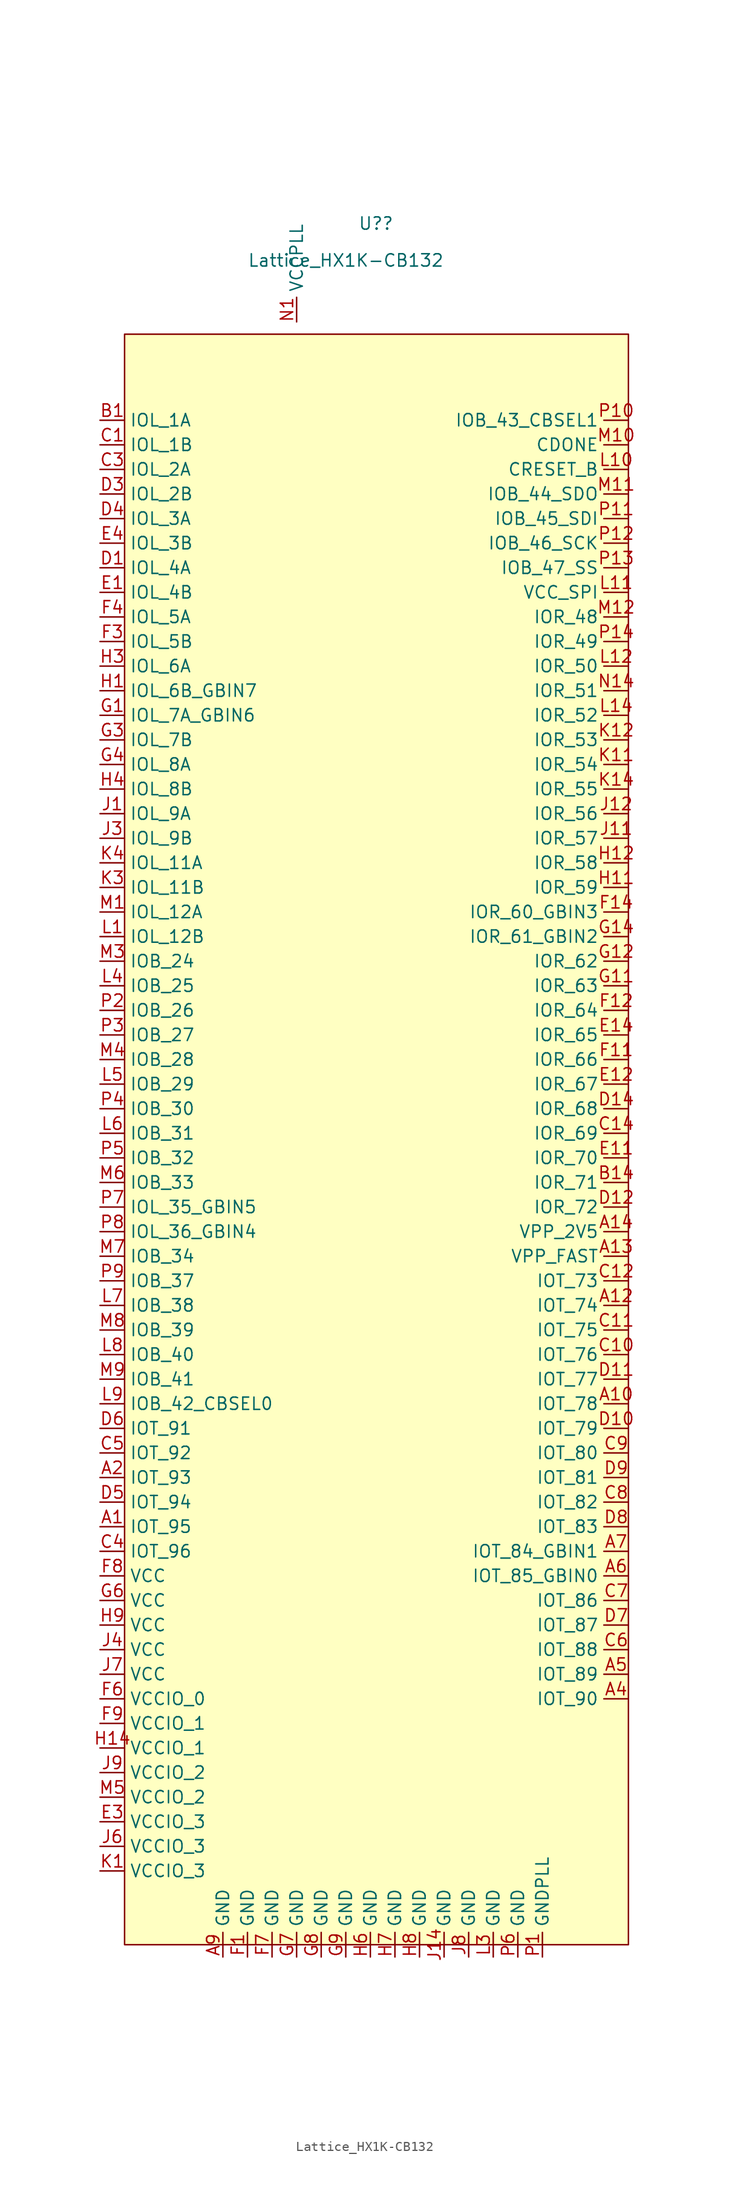
<source format=kicad_sym>
(kicad_symbol_lib
  (version 20211014)
  (generator kicad_symbol_editor)
  (symbol "Lattice_HX1K-CB132"
    (property "Reference" "U?"
      (at -1.27 88.9 0)
      (effects (font (size 1.27 1.27)) (justify left)))
    (property "Value" "Lattice_HX1K-CB132"
      (at -12.7 85.09 0)
      (effects (font (size 1.27 1.27)) (justify left)))
    (property "Footprint" ""
      (at 26.67 49.53 0)
      (effects (font (size 1.27 1.27))))
    (symbol "Lattice_HX1K-CB132_0_1"
      (rectangle (start -25.4 77.47) (end 26.67 -88.9) (stroke (width 0) (type default) (color 0 0 0 0)) (fill (type background))))
    (symbol "Lattice_HX1K-CB132_1_1"
      (pin bidirectional line (at -27.94 -45.72 0) (length 2.54) (name "IOT_95" (effects (font (size 1.27 1.27)))) (number "A1" (effects (font (size 1.27 1.27)))))
      (pin bidirectional line (at 26.67 -33.02 180) (length 2.54) (name "IOT_78" (effects (font (size 1.27 1.27)))) (number "A10" (effects (font (size 1.27 1.27)))))
      (pin bidirectional line (at 26.67 -22.86 180) (length 2.54) (name "IOT_74" (effects (font (size 1.27 1.27)))) (number "A12" (effects (font (size 1.27 1.27)))))
      (pin input line (at 26.67 -17.78 180) (length 2.54) (name "VPP_FAST" (effects (font (size 1.27 1.27)))) (number "A13" (effects (font (size 1.27 1.27)))))
      (pin input line (at 26.67 -15.24 180) (length 2.54) (name "VPP_2V5" (effects (font (size 1.27 1.27)))) (number "A14" (effects (font (size 1.27 1.27)))))
      (pin bidirectional line (at -27.94 -40.64 0) (length 2.54) (name "IOT_93" (effects (font (size 1.27 1.27)))) (number "A2" (effects (font (size 1.27 1.27)))))
      (pin bidirectional line (at 26.67 -63.5 180) (length 2.54) (name "IOT_90" (effects (font (size 1.27 1.27)))) (number "A4" (effects (font (size 1.27 1.27)))))
      (pin bidirectional line (at 26.67 -60.96 180) (length 2.54) (name "IOT_89" (effects (font (size 1.27 1.27)))) (number "A5" (effects (font (size 1.27 1.27)))))
      (pin input line (at 26.67 -50.8 180) (length 2.54) (name "IOT_85_GBIN0" (effects (font (size 1.27 1.27)))) (number "A6" (effects (font (size 1.27 1.27)))))
      (pin input line (at 26.67 -48.26 180) (length 2.54) (name "IOT_84_GBIN1" (effects (font (size 1.27 1.27)))) (number "A7" (effects (font (size 1.27 1.27)))))
      (pin power_in line (at -15.24 -90.17 90) (length 2.54) (name "GND" (effects (font (size 1.27 1.27)))) (number "A9" (effects (font (size 1.27 1.27)))))
      (pin bidirectional line (at -27.94 68.58 0) (length 2.54) (name "IOL_1A" (effects (font (size 1.27 1.27)))) (number "B1" (effects (font (size 1.27 1.27)))))
      (pin bidirectional line (at 26.67 -10.16 180) (length 2.54) (name "IOR_71" (effects (font (size 1.27 1.27)))) (number "B14" (effects (font (size 1.27 1.27)))))
      (pin bidirectional line (at -27.94 66.04 0) (length 2.54) (name "IOL_1B" (effects (font (size 1.27 1.27)))) (number "C1" (effects (font (size 1.27 1.27)))))
      (pin bidirectional line (at 26.67 -27.94 180) (length 2.54) (name "IOT_76" (effects (font (size 1.27 1.27)))) (number "C10" (effects (font (size 1.27 1.27)))))
      (pin bidirectional line (at 26.67 -25.4 180) (length 2.54) (name "IOT_75" (effects (font (size 1.27 1.27)))) (number "C11" (effects (font (size 1.27 1.27)))))
      (pin bidirectional line (at 26.67 -20.32 180) (length 2.54) (name "IOT_73" (effects (font (size 1.27 1.27)))) (number "C12" (effects (font (size 1.27 1.27)))))
      (pin bidirectional line (at 26.67 -5.08 180) (length 2.54) (name "IOR_69" (effects (font (size 1.27 1.27)))) (number "C14" (effects (font (size 1.27 1.27)))))
      (pin bidirectional line (at -27.94 63.5 0) (length 2.54) (name "IOL_2A" (effects (font (size 1.27 1.27)))) (number "C3" (effects (font (size 1.27 1.27)))))
      (pin bidirectional line (at -27.94 -48.26 0) (length 2.54) (name "IOT_96" (effects (font (size 1.27 1.27)))) (number "C4" (effects (font (size 1.27 1.27)))))
      (pin bidirectional line (at -27.94 -38.1 0) (length 2.54) (name "IOT_92" (effects (font (size 1.27 1.27)))) (number "C5" (effects (font (size 1.27 1.27)))))
      (pin bidirectional line (at 26.67 -58.42 180) (length 2.54) (name "IOT_88" (effects (font (size 1.27 1.27)))) (number "C6" (effects (font (size 1.27 1.27)))))
      (pin bidirectional line (at 26.67 -53.34 180) (length 2.54) (name "IOT_86" (effects (font (size 1.27 1.27)))) (number "C7" (effects (font (size 1.27 1.27)))))
      (pin bidirectional line (at 26.67 -43.18 180) (length 2.54) (name "IOT_82" (effects (font (size 1.27 1.27)))) (number "C8" (effects (font (size 1.27 1.27)))))
      (pin bidirectional line (at 26.67 -38.1 180) (length 2.54) (name "IOT_80" (effects (font (size 1.27 1.27)))) (number "C9" (effects (font (size 1.27 1.27)))))
      (pin bidirectional line (at -27.94 53.34 0) (length 2.54) (name "IOL_4A" (effects (font (size 1.27 1.27)))) (number "D1" (effects (font (size 1.27 1.27)))))
      (pin bidirectional line (at 26.67 -35.56 180) (length 2.54) (name "IOT_79" (effects (font (size 1.27 1.27)))) (number "D10" (effects (font (size 1.27 1.27)))))
      (pin bidirectional line (at 26.67 -30.48 180) (length 2.54) (name "IOT_77" (effects (font (size 1.27 1.27)))) (number "D11" (effects (font (size 1.27 1.27)))))
      (pin bidirectional line (at 26.67 -12.7 180) (length 2.54) (name "IOR_72" (effects (font (size 1.27 1.27)))) (number "D12" (effects (font (size 1.27 1.27)))))
      (pin bidirectional line (at 26.67 -2.54 180) (length 2.54) (name "IOR_68" (effects (font (size 1.27 1.27)))) (number "D14" (effects (font (size 1.27 1.27)))))
      (pin bidirectional line (at -27.94 60.96 0) (length 2.54) (name "IOL_2B" (effects (font (size 1.27 1.27)))) (number "D3" (effects (font (size 1.27 1.27)))))
      (pin bidirectional line (at -27.94 58.42 0) (length 2.54) (name "IOL_3A" (effects (font (size 1.27 1.27)))) (number "D4" (effects (font (size 1.27 1.27)))))
      (pin bidirectional line (at -27.94 -43.18 0) (length 2.54) (name "IOT_94" (effects (font (size 1.27 1.27)))) (number "D5" (effects (font (size 1.27 1.27)))))
      (pin bidirectional line (at -27.94 -35.56 0) (length 2.54) (name "IOT_91" (effects (font (size 1.27 1.27)))) (number "D6" (effects (font (size 1.27 1.27)))))
      (pin bidirectional line (at 26.67 -55.88 180) (length 2.54) (name "IOT_87" (effects (font (size 1.27 1.27)))) (number "D7" (effects (font (size 1.27 1.27)))))
      (pin bidirectional line (at 26.67 -45.72 180) (length 2.54) (name "IOT_83" (effects (font (size 1.27 1.27)))) (number "D8" (effects (font (size 1.27 1.27)))))
      (pin bidirectional line (at 26.67 -40.64 180) (length 2.54) (name "IOT_81" (effects (font (size 1.27 1.27)))) (number "D9" (effects (font (size 1.27 1.27)))))
      (pin bidirectional line (at -27.94 50.8 0) (length 2.54) (name "IOL_4B" (effects (font (size 1.27 1.27)))) (number "E1" (effects (font (size 1.27 1.27)))))
      (pin bidirectional line (at 26.67 -7.62 180) (length 2.54) (name "IOR_70" (effects (font (size 1.27 1.27)))) (number "E11" (effects (font (size 1.27 1.27)))))
      (pin bidirectional line (at 26.67 0 180) (length 2.54) (name "IOR_67" (effects (font (size 1.27 1.27)))) (number "E12" (effects (font (size 1.27 1.27)))))
      (pin bidirectional line (at 26.67 5.08 180) (length 2.54) (name "IOR_65" (effects (font (size 1.27 1.27)))) (number "E14" (effects (font (size 1.27 1.27)))))
      (pin power_in line (at -27.94 -76.2 0) (length 2.54) (name "VCCIO_3" (effects (font (size 1.27 1.27)))) (number "E3" (effects (font (size 1.27 1.27)))))
      (pin bidirectional line (at -27.94 55.88 0) (length 2.54) (name "IOL_3B" (effects (font (size 1.27 1.27)))) (number "E4" (effects (font (size 1.27 1.27)))))
      (pin power_in line (at -12.7 -90.17 90) (length 2.54) (name "GND" (effects (font (size 1.27 1.27)))) (number "F1" (effects (font (size 1.27 1.27)))))
      (pin bidirectional line (at 26.67 2.54 180) (length 2.54) (name "IOR_66" (effects (font (size 1.27 1.27)))) (number "F11" (effects (font (size 1.27 1.27)))))
      (pin bidirectional line (at 26.67 7.62 180) (length 2.54) (name "IOR_64" (effects (font (size 1.27 1.27)))) (number "F12" (effects (font (size 1.27 1.27)))))
      (pin input line (at 26.67 17.78 180) (length 2.54) (name "IOR_60_GBIN3" (effects (font (size 1.27 1.27)))) (number "F14" (effects (font (size 1.27 1.27)))))
      (pin bidirectional line (at -27.94 45.72 0) (length 2.54) (name "IOL_5B" (effects (font (size 1.27 1.27)))) (number "F3" (effects (font (size 1.27 1.27)))))
      (pin bidirectional line (at -27.94 48.26 0) (length 2.54) (name "IOL_5A" (effects (font (size 1.27 1.27)))) (number "F4" (effects (font (size 1.27 1.27)))))
      (pin power_in line (at -27.94 -63.5 0) (length 2.54) (name "VCCIO_0" (effects (font (size 1.27 1.27)))) (number "F6" (effects (font (size 1.27 1.27)))))
      (pin power_in line (at -10.16 -90.17 90) (length 2.54) (name "GND" (effects (font (size 1.27 1.27)))) (number "F7" (effects (font (size 1.27 1.27)))))
      (pin power_in line (at -27.94 -50.8 0) (length 2.54) (name "VCC" (effects (font (size 1.27 1.27)))) (number "F8" (effects (font (size 1.27 1.27)))))
      (pin power_in line (at -27.94 -66.04 0) (length 2.54) (name "VCCIO_1" (effects (font (size 1.27 1.27)))) (number "F9" (effects (font (size 1.27 1.27)))))
      (pin input line (at -27.94 38.1 0) (length 2.54) (name "IOL_7A_GBIN6" (effects (font (size 1.27 1.27)))) (number "G1" (effects (font (size 1.27 1.27)))))
      (pin bidirectional line (at 26.67 10.16 180) (length 2.54) (name "IOR_63" (effects (font (size 1.27 1.27)))) (number "G11" (effects (font (size 1.27 1.27)))))
      (pin bidirectional line (at 26.67 12.7 180) (length 2.54) (name "IOR_62" (effects (font (size 1.27 1.27)))) (number "G12" (effects (font (size 1.27 1.27)))))
      (pin input line (at 26.67 15.24 180) (length 2.54) (name "IOR_61_GBIN2" (effects (font (size 1.27 1.27)))) (number "G14" (effects (font (size 1.27 1.27)))))
      (pin bidirectional line (at -27.94 35.56 0) (length 2.54) (name "IOL_7B" (effects (font (size 1.27 1.27)))) (number "G3" (effects (font (size 1.27 1.27)))))
      (pin bidirectional line (at -27.94 33.02 0) (length 2.54) (name "IOL_8A" (effects (font (size 1.27 1.27)))) (number "G4" (effects (font (size 1.27 1.27)))))
      (pin power_in line (at -27.94 -53.34 0) (length 2.54) (name "VCC" (effects (font (size 1.27 1.27)))) (number "G6" (effects (font (size 1.27 1.27)))))
      (pin power_in line (at -7.62 -90.17 90) (length 2.54) (name "GND" (effects (font (size 1.27 1.27)))) (number "G7" (effects (font (size 1.27 1.27)))))
      (pin power_in line (at -5.08 -90.17 90) (length 2.54) (name "GND" (effects (font (size 1.27 1.27)))) (number "G8" (effects (font (size 1.27 1.27)))))
      (pin power_in line (at -2.54 -90.17 90) (length 2.54) (name "GND" (effects (font (size 1.27 1.27)))) (number "G9" (effects (font (size 1.27 1.27)))))
      (pin input line (at -27.94 40.64 0) (length 2.54) (name "IOL_6B_GBIN7" (effects (font (size 1.27 1.27)))) (number "H1" (effects (font (size 1.27 1.27)))))
      (pin bidirectional line (at 26.67 20.32 180) (length 2.54) (name "IOR_59" (effects (font (size 1.27 1.27)))) (number "H11" (effects (font (size 1.27 1.27)))))
      (pin bidirectional line (at 26.67 22.86 180) (length 2.54) (name "IOR_58" (effects (font (size 1.27 1.27)))) (number "H12" (effects (font (size 1.27 1.27)))))
      (pin power_in line (at -27.94 -68.58 0) (length 2.54) (name "VCCIO_1" (effects (font (size 1.27 1.27)))) (number "H14" (effects (font (size 1.27 1.27)))))
      (pin bidirectional line (at -27.94 43.18 0) (length 2.54) (name "IOL_6A" (effects (font (size 1.27 1.27)))) (number "H3" (effects (font (size 1.27 1.27)))))
      (pin bidirectional line (at -27.94 30.48 0) (length 2.54) (name "IOL_8B" (effects (font (size 1.27 1.27)))) (number "H4" (effects (font (size 1.27 1.27)))))
      (pin power_in line (at 0 -90.17 90) (length 2.54) (name "GND" (effects (font (size 1.27 1.27)))) (number "H6" (effects (font (size 1.27 1.27)))))
      (pin power_in line (at 2.54 -90.17 90) (length 2.54) (name "GND" (effects (font (size 1.27 1.27)))) (number "H7" (effects (font (size 1.27 1.27)))))
      (pin power_in line (at 5.08 -90.17 90) (length 2.54) (name "GND" (effects (font (size 1.27 1.27)))) (number "H8" (effects (font (size 1.27 1.27)))))
      (pin power_in line (at -27.94 -55.88 0) (length 2.54) (name "VCC" (effects (font (size 1.27 1.27)))) (number "H9" (effects (font (size 1.27 1.27)))))
      (pin bidirectional line (at -27.94 27.94 0) (length 2.54) (name "IOL_9A" (effects (font (size 1.27 1.27)))) (number "J1" (effects (font (size 1.27 1.27)))))
      (pin bidirectional line (at 26.67 25.4 180) (length 2.54) (name "IOR_57" (effects (font (size 1.27 1.27)))) (number "J11" (effects (font (size 1.27 1.27)))))
      (pin bidirectional line (at 26.67 27.94 180) (length 2.54) (name "IOR_56" (effects (font (size 1.27 1.27)))) (number "J12" (effects (font (size 1.27 1.27)))))
      (pin power_in line (at 7.62 -90.17 90) (length 2.54) (name "GND" (effects (font (size 1.27 1.27)))) (number "J14" (effects (font (size 1.27 1.27)))))
      (pin bidirectional line (at -27.94 25.4 0) (length 2.54) (name "IOL_9B" (effects (font (size 1.27 1.27)))) (number "J3" (effects (font (size 1.27 1.27)))))
      (pin power_in line (at -27.94 -58.42 0) (length 2.54) (name "VCC" (effects (font (size 1.27 1.27)))) (number "J4" (effects (font (size 1.27 1.27)))))
      (pin power_in line (at -27.94 -78.74 0) (length 2.54) (name "VCCIO_3" (effects (font (size 1.27 1.27)))) (number "J6" (effects (font (size 1.27 1.27)))))
      (pin power_in line (at -27.94 -60.96 0) (length 2.54) (name "VCC" (effects (font (size 1.27 1.27)))) (number "J7" (effects (font (size 1.27 1.27)))))
      (pin power_in line (at 10.16 -90.17 90) (length 2.54) (name "GND" (effects (font (size 1.27 1.27)))) (number "J8" (effects (font (size 1.27 1.27)))))
      (pin power_in line (at -27.94 -71.12 0) (length 2.54) (name "VCCIO_2" (effects (font (size 1.27 1.27)))) (number "J9" (effects (font (size 1.27 1.27)))))
      (pin power_in line (at -27.94 -81.28 0) (length 2.54) (name "VCCIO_3" (effects (font (size 1.27 1.27)))) (number "K1" (effects (font (size 1.27 1.27)))))
      (pin bidirectional line (at 26.67 33.02 180) (length 2.54) (name "IOR_54" (effects (font (size 1.27 1.27)))) (number "K11" (effects (font (size 1.27 1.27)))))
      (pin bidirectional line (at 26.67 35.56 180) (length 2.54) (name "IOR_53" (effects (font (size 1.27 1.27)))) (number "K12" (effects (font (size 1.27 1.27)))))
      (pin bidirectional line (at 26.67 30.48 180) (length 2.54) (name "IOR_55" (effects (font (size 1.27 1.27)))) (number "K14" (effects (font (size 1.27 1.27)))))
      (pin bidirectional line (at -27.94 20.32 0) (length 2.54) (name "IOL_11B" (effects (font (size 1.27 1.27)))) (number "K3" (effects (font (size 1.27 1.27)))))
      (pin bidirectional line (at -27.94 22.86 0) (length 2.54) (name "IOL_11A" (effects (font (size 1.27 1.27)))) (number "K4" (effects (font (size 1.27 1.27)))))
      (pin bidirectional line (at -27.94 15.24 0) (length 2.54) (name "IOL_12B" (effects (font (size 1.27 1.27)))) (number "L1" (effects (font (size 1.27 1.27)))))
      (pin bidirectional line (at 26.67 63.5 180) (length 2.54) (name "CRESET_B" (effects (font (size 1.27 1.27)))) (number "L10" (effects (font (size 1.27 1.27)))))
      (pin power_in line (at 26.67 50.8 180) (length 2.54) (name "VCC_SPI" (effects (font (size 1.27 1.27)))) (number "L11" (effects (font (size 1.27 1.27)))))
      (pin bidirectional line (at 26.67 43.18 180) (length 2.54) (name "IOR_50" (effects (font (size 1.27 1.27)))) (number "L12" (effects (font (size 1.27 1.27)))))
      (pin bidirectional line (at 26.67 38.1 180) (length 2.54) (name "IOR_52" (effects (font (size 1.27 1.27)))) (number "L14" (effects (font (size 1.27 1.27)))))
      (pin power_in line (at 12.7 -90.17 90) (length 2.54) (name "GND" (effects (font (size 1.27 1.27)))) (number "L3" (effects (font (size 1.27 1.27)))))
      (pin bidirectional line (at -27.94 10.16 0) (length 2.54) (name "IOB_25" (effects (font (size 1.27 1.27)))) (number "L4" (effects (font (size 1.27 1.27)))))
      (pin bidirectional line (at -27.94 0 0) (length 2.54) (name "IOB_29" (effects (font (size 1.27 1.27)))) (number "L5" (effects (font (size 1.27 1.27)))))
      (pin bidirectional line (at -27.94 -5.08 0) (length 2.54) (name "IOB_31" (effects (font (size 1.27 1.27)))) (number "L6" (effects (font (size 1.27 1.27)))))
      (pin bidirectional line (at -27.94 -22.86 0) (length 2.54) (name "IOB_38" (effects (font (size 1.27 1.27)))) (number "L7" (effects (font (size 1.27 1.27)))))
      (pin bidirectional line (at -27.94 -27.94 0) (length 2.54) (name "IOB_40" (effects (font (size 1.27 1.27)))) (number "L8" (effects (font (size 1.27 1.27)))))
      (pin bidirectional line (at -27.94 -33.02 0) (length 2.54) (name "IOB_42_CBSEL0" (effects (font (size 1.27 1.27)))) (number "L9" (effects (font (size 1.27 1.27)))))
      (pin bidirectional line (at -27.94 17.78 0) (length 2.54) (name "IOL_12A" (effects (font (size 1.27 1.27)))) (number "M1" (effects (font (size 1.27 1.27)))))
      (pin bidirectional line (at 26.67 66.04 180) (length 2.54) (name "CDONE" (effects (font (size 1.27 1.27)))) (number "M10" (effects (font (size 1.27 1.27)))))
      (pin input line (at 26.67 60.96 180) (length 2.54) (name "IOB_44_SDO" (effects (font (size 1.27 1.27)))) (number "M11" (effects (font (size 1.27 1.27)))))
      (pin bidirectional line (at 26.67 48.26 180) (length 2.54) (name "IOR_48" (effects (font (size 1.27 1.27)))) (number "M12" (effects (font (size 1.27 1.27)))))
      (pin bidirectional line (at -27.94 12.7 0) (length 2.54) (name "IOB_24" (effects (font (size 1.27 1.27)))) (number "M3" (effects (font (size 1.27 1.27)))))
      (pin bidirectional line (at -27.94 2.54 0) (length 2.54) (name "IOB_28" (effects (font (size 1.27 1.27)))) (number "M4" (effects (font (size 1.27 1.27)))))
      (pin power_in line (at -27.94 -73.66 0) (length 2.54) (name "VCCIO_2" (effects (font (size 1.27 1.27)))) (number "M5" (effects (font (size 1.27 1.27)))))
      (pin bidirectional line (at -27.94 -10.16 0) (length 2.54) (name "IOB_33" (effects (font (size 1.27 1.27)))) (number "M6" (effects (font (size 1.27 1.27)))))
      (pin bidirectional line (at -27.94 -17.78 0) (length 2.54) (name "IOB_34" (effects (font (size 1.27 1.27)))) (number "M7" (effects (font (size 1.27 1.27)))))
      (pin bidirectional line (at -27.94 -25.4 0) (length 2.54) (name "IOB_39" (effects (font (size 1.27 1.27)))) (number "M8" (effects (font (size 1.27 1.27)))))
      (pin bidirectional line (at -27.94 -30.48 0) (length 2.54) (name "IOB_41" (effects (font (size 1.27 1.27)))) (number "M9" (effects (font (size 1.27 1.27)))))
      (pin power_in line (at -7.62 78.74 90) (length 2.54) (name "VCCPLL" (effects (font (size 1.27 1.27)))) (number "N1" (effects (font (size 1.27 1.27)))))
      (pin bidirectional line (at 26.67 40.64 180) (length 2.54) (name "IOR_51" (effects (font (size 1.27 1.27)))) (number "N14" (effects (font (size 1.27 1.27)))))
      (pin power_in line (at 17.78 -90.17 90) (length 2.54) (name "GNDPLL" (effects (font (size 1.27 1.27)))) (number "P1" (effects (font (size 1.27 1.27)))))
      (pin bidirectional line (at 26.67 68.58 180) (length 2.54) (name "IOB_43_CBSEL1" (effects (font (size 1.27 1.27)))) (number "P10" (effects (font (size 1.27 1.27)))))
      (pin input line (at 26.67 58.42 180) (length 2.54) (name "IOB_45_SDI" (effects (font (size 1.27 1.27)))) (number "P11" (effects (font (size 1.27 1.27)))))
      (pin input line (at 26.67 55.88 180) (length 2.54) (name "IOB_46_SCK" (effects (font (size 1.27 1.27)))) (number "P12" (effects (font (size 1.27 1.27)))))
      (pin input line (at 26.67 53.34 180) (length 2.54) (name "IOB_47_SS" (effects (font (size 1.27 1.27)))) (number "P13" (effects (font (size 1.27 1.27)))))
      (pin bidirectional line (at 26.67 45.72 180) (length 2.54) (name "IOR_49" (effects (font (size 1.27 1.27)))) (number "P14" (effects (font (size 1.27 1.27)))))
      (pin bidirectional line (at -27.94 7.62 0) (length 2.54) (name "IOB_26" (effects (font (size 1.27 1.27)))) (number "P2" (effects (font (size 1.27 1.27)))))
      (pin bidirectional line (at -27.94 5.08 0) (length 2.54) (name "IOB_27" (effects (font (size 1.27 1.27)))) (number "P3" (effects (font (size 1.27 1.27)))))
      (pin bidirectional line (at -27.94 -2.54 0) (length 2.54) (name "IOB_30" (effects (font (size 1.27 1.27)))) (number "P4" (effects (font (size 1.27 1.27)))))
      (pin bidirectional line (at -27.94 -7.62 0) (length 2.54) (name "IOB_32" (effects (font (size 1.27 1.27)))) (number "P5" (effects (font (size 1.27 1.27)))))
      (pin power_in line (at 15.24 -90.17 90) (length 2.54) (name "GND" (effects (font (size 1.27 1.27)))) (number "P6" (effects (font (size 1.27 1.27)))))
      (pin input line (at -27.94 -12.7 0) (length 2.54) (name "IOL_35_GBIN5" (effects (font (size 1.27 1.27)))) (number "P7" (effects (font (size 1.27 1.27)))))
      (pin input line (at -27.94 -15.24 0) (length 2.54) (name "IOL_36_GBIN4" (effects (font (size 1.27 1.27)))) (number "P8" (effects (font (size 1.27 1.27)))))
      (pin bidirectional line (at -27.94 -20.32 0) (length 2.54) (name "IOB_37" (effects (font (size 1.27 1.27)))) (number "P9" (effects (font (size 1.27 1.27))))))))
</source>
